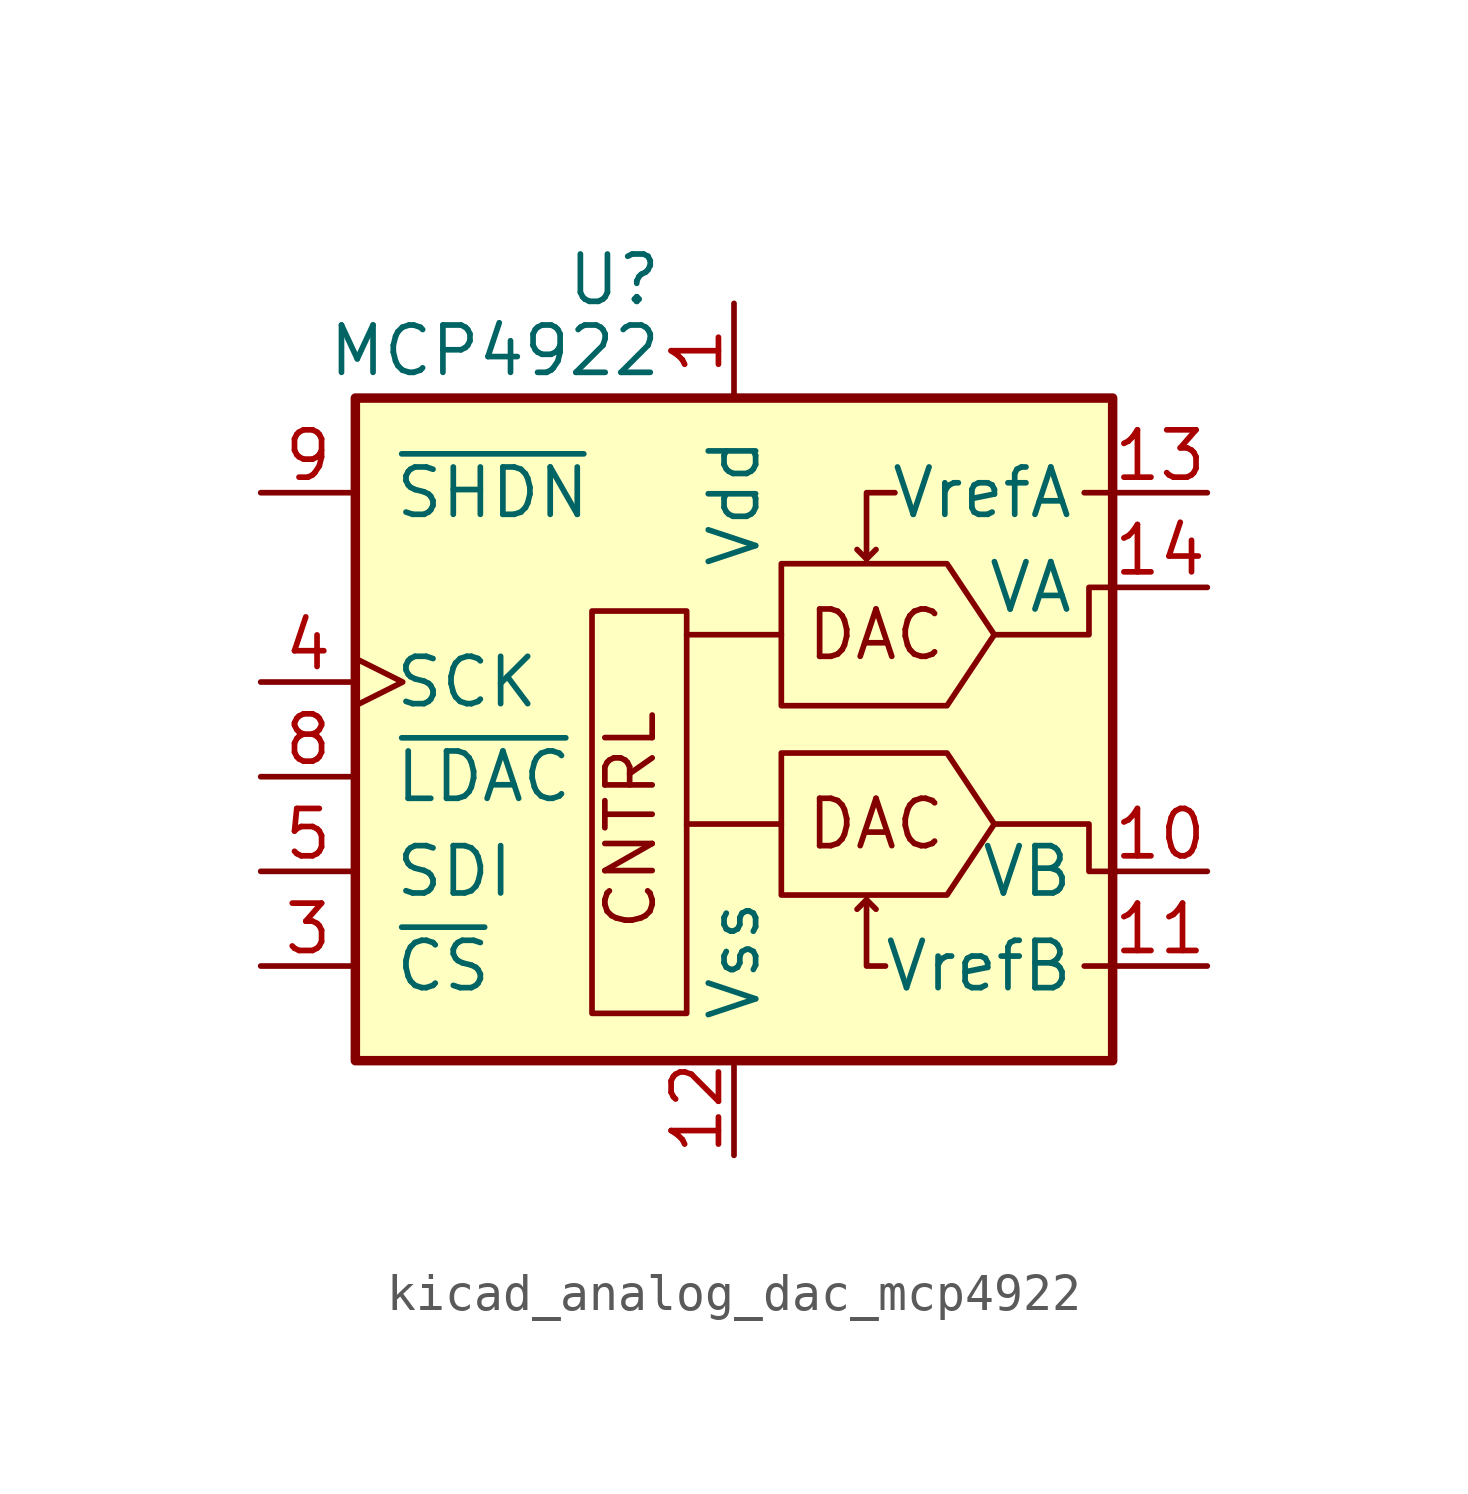
<source format=kicad_sym>
(kicad_symbol_lib
  (version 20220914)
  (generator kicad_symbol_editor)
  (symbol "kicad_analog_dac_mcp4922"
    (pin_names
      (offset 1.016))
    (property "Reference" "U"
      (at -1.905 10.795 0)
      (effects (font (size 1.27 1.27)) (justify right)))
    (property "Value" "MCP4922"
      (at -1.905 8.89 0)
      (effects (font (size 1.27 1.27)) (justify right)))
    (symbol "kicad_analog_dac_mcp4922_0_0"
      (polyline (pts (xy 3.556 -5.842) (xy 3.302 -6.096)) (stroke (width 0) (type default)) (fill (type none)))
      (polyline (pts (xy 3.556 -5.842) (xy 3.81 -6.096)) (stroke (width 0) (type default)) (fill (type none)))
      (polyline (pts (xy 3.556 3.302) (xy 3.302 3.556)) (stroke (width 0) (type default)) (fill (type none)))
      (polyline (pts (xy 3.556 3.302) (xy 3.81 3.556)) (stroke (width 0) (type default)) (fill (type none)))
      (polyline (pts (xy 10.16 -7.62) (xy 9.398 -7.62)) (stroke (width 0) (type default)) (fill (type none)))
      (polyline (pts (xy 10.16 5.08) (xy 9.398 5.08)) (stroke (width 0) (type default)) (fill (type none)))
      (polyline (pts (xy 4.064 -7.62) (xy 3.556 -7.62) (xy 3.556 -5.842)) (stroke (width 0) (type default)) (fill (type none)))
      (polyline (pts (xy 4.318 5.08) (xy 3.556 5.08) (xy 3.556 3.302)) (stroke (width 0) (type default)) (fill (type none)))
      (polyline (pts (xy 6.985 -3.81) (xy 9.525 -3.81) (xy 9.525 -5.08) (xy 10.16 -5.08)) (stroke (width 0) (type default)) (fill (type none)))
      (polyline (pts (xy 6.985 1.27) (xy 9.525 1.27) (xy 9.525 2.54) (xy 10.16 2.54)) (stroke (width 0) (type default)) (fill (type none)))
      (text "CNTRL" (at -2.032 -6.731 900) (effects (font (size 1.27 1.27)) (justify left bottom)))
      (text "DAC" (at 3.81 -3.81 0) (effects (font (size 1.27 1.27))))
      (text "DAC" (at 3.81 1.27 0) (effects (font (size 1.27 1.27)))))
    (symbol "kicad_analog_dac_mcp4922_0_1"
      (rectangle (start -10.16 7.62) (end 10.16 -10.16) (stroke (width 0.254) (type default)) (fill (type background)))
      (rectangle (start -1.27 -8.89) (end -3.81 1.905) (stroke (width 0) (type default)) (fill (type none)))
      (polyline (pts (xy 1.27 -3.81) (xy -1.27 -3.81)) (stroke (width 0) (type default)) (fill (type none)))
      (polyline (pts (xy 1.27 1.27) (xy -1.27 1.27)) (stroke (width 0) (type default)) (fill (type none)))
      (polyline (pts (xy 6.985 -3.81) (xy 5.715 -1.905) (xy 1.27 -1.905) (xy 1.27 -5.715) (xy 5.715 -5.715) (xy 6.985 -3.81)) (stroke (width 0) (type default)) (fill (type none)))
      (polyline (pts (xy 6.985 1.27) (xy 5.715 3.175) (xy 1.27 3.175) (xy 1.27 -0.635) (xy 5.715 -0.635) (xy 6.985 1.27)) (stroke (width 0) (type default)) (fill (type none))))
    (symbol "kicad_analog_dac_mcp4922_1_1"
      (pin power_in line (at 0 10.16 270) (length 2.54) (name "Vdd" (effects (font (size 1.27 1.27)))) (number "1" (effects (font (size 1.27 1.27)))))
      (pin output line (at 12.7 -5.08 180) (length 2.54) (name "VB" (effects (font (size 1.27 1.27)))) (number "10" (effects (font (size 1.27 1.27)))))
      (pin input line (at 12.7 -7.62 180) (length 2.54) (name "VrefB" (effects (font (size 1.27 1.27)))) (number "11" (effects (font (size 1.27 1.27)))))
      (pin power_in line (at 0 -12.7 90) (length 2.54) (name "Vss" (effects (font (size 1.27 1.27)))) (number "12" (effects (font (size 1.27 1.27)))))
      (pin input line (at 12.7 5.08 180) (length 2.54) (name "VrefA" (effects (font (size 1.27 1.27)))) (number "13" (effects (font (size 1.27 1.27)))))
      (pin output line (at 12.7 2.54 180) (length 2.54) (name "VA" (effects (font (size 1.27 1.27)))) (number "14" (effects (font (size 1.27 1.27)))))
      (pin no_connect line (at -7.62 -10.16 90) (length 2.54) hide (name "NC" (effects (font (size 1.27 1.27)))) (number "2" (effects (font (size 1.27 1.27)))))
      (pin input line (at -12.7 -7.62 0) (length 2.54) (name "~{CS}" (effects (font (size 1.27 1.27)))) (number "3" (effects (font (size 1.27 1.27)))))
      (pin input clock (at -12.7 0 0) (length 2.54) (name "SCK" (effects (font (size 1.27 1.27)))) (number "4" (effects (font (size 1.27 1.27)))))
      (pin input line (at -12.7 -5.08 0) (length 2.54) (name "SDI" (effects (font (size 1.27 1.27)))) (number "5" (effects (font (size 1.27 1.27)))))
      (pin no_connect line (at -5.08 -10.16 90) (length 2.54) hide (name "NC" (effects (font (size 1.27 1.27)))) (number "6" (effects (font (size 1.27 1.27)))))
      (pin no_connect line (at -2.54 -10.16 90) (length 2.54) hide (name "NC" (effects (font (size 1.27 1.27)))) (number "7" (effects (font (size 1.27 1.27)))))
      (pin input line (at -12.7 -2.54 0) (length 2.54) (name "~{LDAC}" (effects (font (size 1.27 1.27)))) (number "8" (effects (font (size 1.27 1.27)))))
      (pin output line (at -12.7 5.08 0) (length 2.54) (name "~{SHDN}" (effects (font (size 1.27 1.27)))) (number "9" (effects (font (size 1.27 1.27))))))))
</source>
